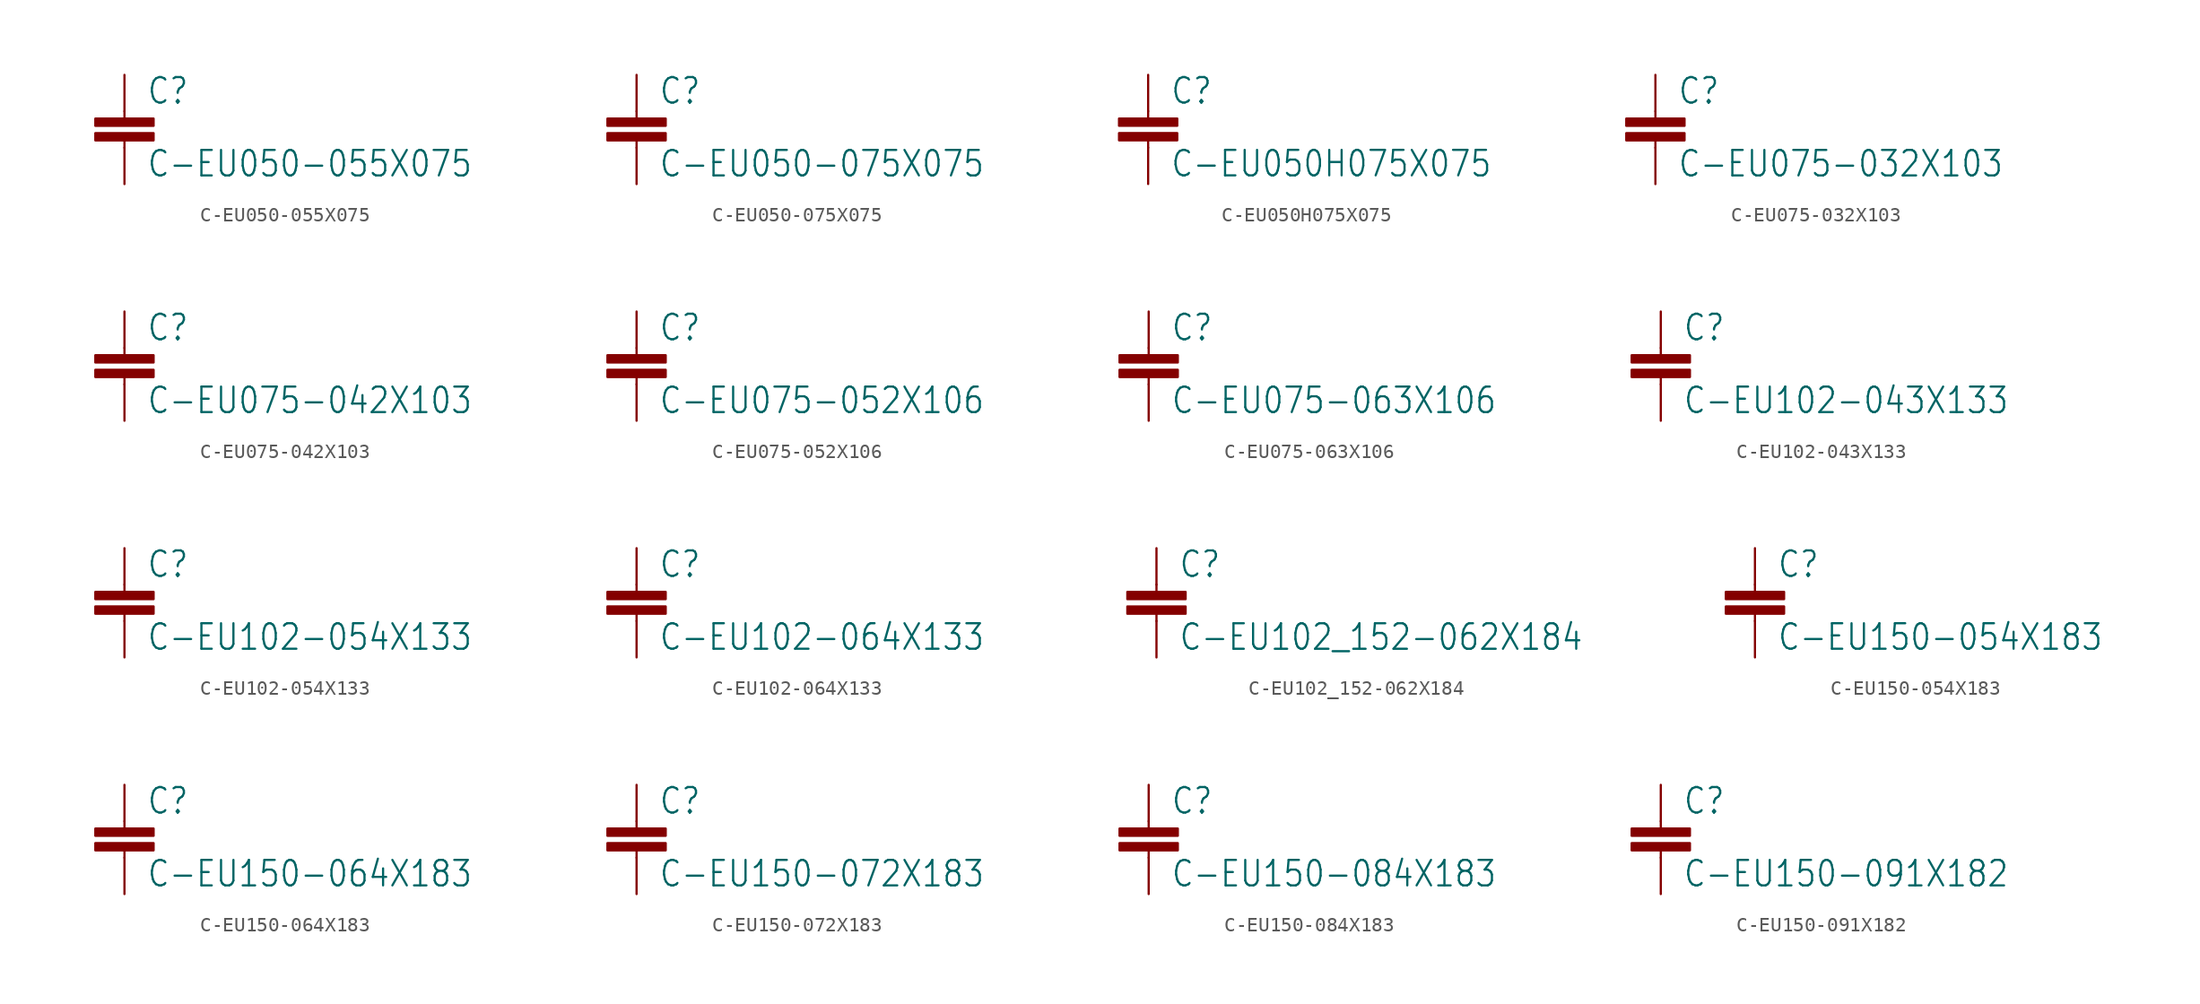
<source format=kicad_sym>
(kicad_symbol_lib
  (version 20210619)
  (generator kicad_symbol_editor)
  (symbol "C-EU050-055X075"
    (property "Reference" "C"
      (at 1.524 0.381 0)
      (effects (font (size 1.778 1.511)) (justify left bottom)))
    (property "Value" "C-EU050-055X075"
      (at 1.524 -4.699 0)
      (effects (font (size 1.778 1.511)) (justify left bottom)))
    (property "ki_locked" ""
      (at 0 0 0)
      (effects (font (size 1.27 1.27))))
    (symbol "C-EU050-055X075_1_0"
      (rectangle (start -2.032 -2.032) (end 2.032 -1.524) (stroke (width 0)) (fill (type outline)))
      (rectangle (start -2.032 -1.016) (end 2.032 -0.508) (stroke (width 0)) (fill (type outline)))
      (polyline (pts (xy 0 -2.54) (xy 0 -2.032)) (stroke (width 0.152)) (fill (type none)))
      (polyline (pts (xy 0 0) (xy 0 -0.508)) (stroke (width 0.152)) (fill (type none)))
      (pin passive line (at 0 2.54 270) (length 2.54) (name "1" (effects (font (size 0 0)))) (number "1" (effects (font (size 0 0)))))
      (pin passive line (at 0 -5.08 90) (length 2.54) (name "2" (effects (font (size 0 0)))) (number "2" (effects (font (size 0 0)))))))
  (symbol "C-EU050-075X075"
    (property "Reference" "C"
      (at 1.524 0.381 0)
      (effects (font (size 1.778 1.511)) (justify left bottom)))
    (property "Value" "C-EU050-075X075"
      (at 1.524 -4.699 0)
      (effects (font (size 1.778 1.511)) (justify left bottom)))
    (property "ki_locked" ""
      (at 0 0 0)
      (effects (font (size 1.27 1.27))))
    (symbol "C-EU050-075X075_1_0"
      (rectangle (start -2.032 -2.032) (end 2.032 -1.524) (stroke (width 0)) (fill (type outline)))
      (rectangle (start -2.032 -1.016) (end 2.032 -0.508) (stroke (width 0)) (fill (type outline)))
      (polyline (pts (xy 0 -2.54) (xy 0 -2.032)) (stroke (width 0.152)) (fill (type none)))
      (polyline (pts (xy 0 0) (xy 0 -0.508)) (stroke (width 0.152)) (fill (type none)))
      (pin passive line (at 0 2.54 270) (length 2.54) (name "1" (effects (font (size 0 0)))) (number "1" (effects (font (size 0 0)))))
      (pin passive line (at 0 -5.08 90) (length 2.54) (name "2" (effects (font (size 0 0)))) (number "2" (effects (font (size 0 0)))))))
  (symbol "C-EU050H075X075"
    (property "Reference" "C"
      (at 1.524 0.381 0)
      (effects (font (size 1.778 1.511)) (justify left bottom)))
    (property "Value" "C-EU050H075X075"
      (at 1.524 -4.699 0)
      (effects (font (size 1.778 1.511)) (justify left bottom)))
    (property "ki_locked" ""
      (at 0 0 0)
      (effects (font (size 1.27 1.27))))
    (symbol "C-EU050H075X075_1_0"
      (rectangle (start -2.032 -2.032) (end 2.032 -1.524) (stroke (width 0)) (fill (type outline)))
      (rectangle (start -2.032 -1.016) (end 2.032 -0.508) (stroke (width 0)) (fill (type outline)))
      (polyline (pts (xy 0 -2.54) (xy 0 -2.032)) (stroke (width 0.152)) (fill (type none)))
      (polyline (pts (xy 0 0) (xy 0 -0.508)) (stroke (width 0.152)) (fill (type none)))
      (pin passive line (at 0 2.54 270) (length 2.54) (name "1" (effects (font (size 0 0)))) (number "1" (effects (font (size 0 0)))))
      (pin passive line (at 0 -5.08 90) (length 2.54) (name "2" (effects (font (size 0 0)))) (number "2" (effects (font (size 0 0)))))))
  (symbol "C-EU075-032X103"
    (property "Reference" "C"
      (at 1.524 0.381 0)
      (effects (font (size 1.778 1.511)) (justify left bottom)))
    (property "Value" "C-EU075-032X103"
      (at 1.524 -4.699 0)
      (effects (font (size 1.778 1.511)) (justify left bottom)))
    (property "ki_locked" ""
      (at 0 0 0)
      (effects (font (size 1.27 1.27))))
    (symbol "C-EU075-032X103_1_0"
      (rectangle (start -2.032 -2.032) (end 2.032 -1.524) (stroke (width 0)) (fill (type outline)))
      (rectangle (start -2.032 -1.016) (end 2.032 -0.508) (stroke (width 0)) (fill (type outline)))
      (polyline (pts (xy 0 -2.54) (xy 0 -2.032)) (stroke (width 0.152)) (fill (type none)))
      (polyline (pts (xy 0 0) (xy 0 -0.508)) (stroke (width 0.152)) (fill (type none)))
      (pin passive line (at 0 2.54 270) (length 2.54) (name "1" (effects (font (size 0 0)))) (number "1" (effects (font (size 0 0)))))
      (pin passive line (at 0 -5.08 90) (length 2.54) (name "2" (effects (font (size 0 0)))) (number "2" (effects (font (size 0 0)))))))
  (symbol "C-EU075-042X103"
    (property "Reference" "C"
      (at 1.524 0.381 0)
      (effects (font (size 1.778 1.511)) (justify left bottom)))
    (property "Value" "C-EU075-042X103"
      (at 1.524 -4.699 0)
      (effects (font (size 1.778 1.511)) (justify left bottom)))
    (property "ki_locked" ""
      (at 0 0 0)
      (effects (font (size 1.27 1.27))))
    (symbol "C-EU075-042X103_1_0"
      (rectangle (start -2.032 -2.032) (end 2.032 -1.524) (stroke (width 0)) (fill (type outline)))
      (rectangle (start -2.032 -1.016) (end 2.032 -0.508) (stroke (width 0)) (fill (type outline)))
      (polyline (pts (xy 0 -2.54) (xy 0 -2.032)) (stroke (width 0.152)) (fill (type none)))
      (polyline (pts (xy 0 0) (xy 0 -0.508)) (stroke (width 0.152)) (fill (type none)))
      (pin passive line (at 0 2.54 270) (length 2.54) (name "1" (effects (font (size 0 0)))) (number "1" (effects (font (size 0 0)))))
      (pin passive line (at 0 -5.08 90) (length 2.54) (name "2" (effects (font (size 0 0)))) (number "2" (effects (font (size 0 0)))))))
  (symbol "C-EU075-052X106"
    (property "Reference" "C"
      (at 1.524 0.381 0)
      (effects (font (size 1.778 1.511)) (justify left bottom)))
    (property "Value" "C-EU075-052X106"
      (at 1.524 -4.699 0)
      (effects (font (size 1.778 1.511)) (justify left bottom)))
    (property "ki_locked" ""
      (at 0 0 0)
      (effects (font (size 1.27 1.27))))
    (symbol "C-EU075-052X106_1_0"
      (rectangle (start -2.032 -2.032) (end 2.032 -1.524) (stroke (width 0)) (fill (type outline)))
      (rectangle (start -2.032 -1.016) (end 2.032 -0.508) (stroke (width 0)) (fill (type outline)))
      (polyline (pts (xy 0 -2.54) (xy 0 -2.032)) (stroke (width 0.152)) (fill (type none)))
      (polyline (pts (xy 0 0) (xy 0 -0.508)) (stroke (width 0.152)) (fill (type none)))
      (pin passive line (at 0 2.54 270) (length 2.54) (name "1" (effects (font (size 0 0)))) (number "1" (effects (font (size 0 0)))))
      (pin passive line (at 0 -5.08 90) (length 2.54) (name "2" (effects (font (size 0 0)))) (number "2" (effects (font (size 0 0)))))))
  (symbol "C-EU075-063X106"
    (property "Reference" "C"
      (at 1.524 0.381 0)
      (effects (font (size 1.778 1.511)) (justify left bottom)))
    (property "Value" "C-EU075-063X106"
      (at 1.524 -4.699 0)
      (effects (font (size 1.778 1.511)) (justify left bottom)))
    (property "ki_locked" ""
      (at 0 0 0)
      (effects (font (size 1.27 1.27))))
    (symbol "C-EU075-063X106_1_0"
      (rectangle (start -2.032 -2.032) (end 2.032 -1.524) (stroke (width 0)) (fill (type outline)))
      (rectangle (start -2.032 -1.016) (end 2.032 -0.508) (stroke (width 0)) (fill (type outline)))
      (polyline (pts (xy 0 -2.54) (xy 0 -2.032)) (stroke (width 0.152)) (fill (type none)))
      (polyline (pts (xy 0 0) (xy 0 -0.508)) (stroke (width 0.152)) (fill (type none)))
      (pin passive line (at 0 2.54 270) (length 2.54) (name "1" (effects (font (size 0 0)))) (number "1" (effects (font (size 0 0)))))
      (pin passive line (at 0 -5.08 90) (length 2.54) (name "2" (effects (font (size 0 0)))) (number "2" (effects (font (size 0 0)))))))
  (symbol "C-EU102-043X133"
    (property "Reference" "C"
      (at 1.524 0.381 0)
      (effects (font (size 1.778 1.511)) (justify left bottom)))
    (property "Value" "C-EU102-043X133"
      (at 1.524 -4.699 0)
      (effects (font (size 1.778 1.511)) (justify left bottom)))
    (property "ki_locked" ""
      (at 0 0 0)
      (effects (font (size 1.27 1.27))))
    (symbol "C-EU102-043X133_1_0"
      (rectangle (start -2.032 -2.032) (end 2.032 -1.524) (stroke (width 0)) (fill (type outline)))
      (rectangle (start -2.032 -1.016) (end 2.032 -0.508) (stroke (width 0)) (fill (type outline)))
      (polyline (pts (xy 0 -2.54) (xy 0 -2.032)) (stroke (width 0.152)) (fill (type none)))
      (polyline (pts (xy 0 0) (xy 0 -0.508)) (stroke (width 0.152)) (fill (type none)))
      (pin passive line (at 0 2.54 270) (length 2.54) (name "1" (effects (font (size 0 0)))) (number "1" (effects (font (size 0 0)))))
      (pin passive line (at 0 -5.08 90) (length 2.54) (name "2" (effects (font (size 0 0)))) (number "2" (effects (font (size 0 0)))))))
  (symbol "C-EU102-054X133"
    (property "Reference" "C"
      (at 1.524 0.381 0)
      (effects (font (size 1.778 1.511)) (justify left bottom)))
    (property "Value" "C-EU102-054X133"
      (at 1.524 -4.699 0)
      (effects (font (size 1.778 1.511)) (justify left bottom)))
    (property "ki_locked" ""
      (at 0 0 0)
      (effects (font (size 1.27 1.27))))
    (symbol "C-EU102-054X133_1_0"
      (rectangle (start -2.032 -2.032) (end 2.032 -1.524) (stroke (width 0)) (fill (type outline)))
      (rectangle (start -2.032 -1.016) (end 2.032 -0.508) (stroke (width 0)) (fill (type outline)))
      (polyline (pts (xy 0 -2.54) (xy 0 -2.032)) (stroke (width 0.152)) (fill (type none)))
      (polyline (pts (xy 0 0) (xy 0 -0.508)) (stroke (width 0.152)) (fill (type none)))
      (pin passive line (at 0 2.54 270) (length 2.54) (name "1" (effects (font (size 0 0)))) (number "1" (effects (font (size 0 0)))))
      (pin passive line (at 0 -5.08 90) (length 2.54) (name "2" (effects (font (size 0 0)))) (number "2" (effects (font (size 0 0)))))))
  (symbol "C-EU102-064X133"
    (property "Reference" "C"
      (at 1.524 0.381 0)
      (effects (font (size 1.778 1.511)) (justify left bottom)))
    (property "Value" "C-EU102-064X133"
      (at 1.524 -4.699 0)
      (effects (font (size 1.778 1.511)) (justify left bottom)))
    (property "ki_locked" ""
      (at 0 0 0)
      (effects (font (size 1.27 1.27))))
    (symbol "C-EU102-064X133_1_0"
      (rectangle (start -2.032 -2.032) (end 2.032 -1.524) (stroke (width 0)) (fill (type outline)))
      (rectangle (start -2.032 -1.016) (end 2.032 -0.508) (stroke (width 0)) (fill (type outline)))
      (polyline (pts (xy 0 -2.54) (xy 0 -2.032)) (stroke (width 0.152)) (fill (type none)))
      (polyline (pts (xy 0 0) (xy 0 -0.508)) (stroke (width 0.152)) (fill (type none)))
      (pin passive line (at 0 2.54 270) (length 2.54) (name "1" (effects (font (size 0 0)))) (number "1" (effects (font (size 0 0)))))
      (pin passive line (at 0 -5.08 90) (length 2.54) (name "2" (effects (font (size 0 0)))) (number "2" (effects (font (size 0 0)))))))
  (symbol "C-EU102_152-062X184"
    (property "Reference" "C"
      (at 1.524 0.381 0)
      (effects (font (size 1.778 1.511)) (justify left bottom)))
    (property "Value" "C-EU102_152-062X184"
      (at 1.524 -4.699 0)
      (effects (font (size 1.778 1.511)) (justify left bottom)))
    (property "ki_locked" ""
      (at 0 0 0)
      (effects (font (size 1.27 1.27))))
    (symbol "C-EU102_152-062X184_1_0"
      (rectangle (start -2.032 -2.032) (end 2.032 -1.524) (stroke (width 0)) (fill (type outline)))
      (rectangle (start -2.032 -1.016) (end 2.032 -0.508) (stroke (width 0)) (fill (type outline)))
      (polyline (pts (xy 0 -2.54) (xy 0 -2.032)) (stroke (width 0.152)) (fill (type none)))
      (polyline (pts (xy 0 0) (xy 0 -0.508)) (stroke (width 0.152)) (fill (type none)))
      (pin passive line (at 0 2.54 270) (length 2.54) (name "1" (effects (font (size 0 0)))) (number "1" (effects (font (size 0 0)))))
      (pin passive line (at 0 -5.08 90) (length 2.54) (name "2" (effects (font (size 0 0)))) (number "2" (effects (font (size 0 0)))))))
  (symbol "C-EU150-054X183"
    (property "Reference" "C"
      (at 1.524 0.381 0)
      (effects (font (size 1.778 1.511)) (justify left bottom)))
    (property "Value" "C-EU150-054X183"
      (at 1.524 -4.699 0)
      (effects (font (size 1.778 1.511)) (justify left bottom)))
    (property "ki_locked" ""
      (at 0 0 0)
      (effects (font (size 1.27 1.27))))
    (symbol "C-EU150-054X183_1_0"
      (rectangle (start -2.032 -2.032) (end 2.032 -1.524) (stroke (width 0)) (fill (type outline)))
      (rectangle (start -2.032 -1.016) (end 2.032 -0.508) (stroke (width 0)) (fill (type outline)))
      (polyline (pts (xy 0 -2.54) (xy 0 -2.032)) (stroke (width 0.152)) (fill (type none)))
      (polyline (pts (xy 0 0) (xy 0 -0.508)) (stroke (width 0.152)) (fill (type none)))
      (pin passive line (at 0 2.54 270) (length 2.54) (name "1" (effects (font (size 0 0)))) (number "1" (effects (font (size 0 0)))))
      (pin passive line (at 0 -5.08 90) (length 2.54) (name "2" (effects (font (size 0 0)))) (number "2" (effects (font (size 0 0)))))))
  (symbol "C-EU150-064X183"
    (property "Reference" "C"
      (at 1.524 0.381 0)
      (effects (font (size 1.778 1.511)) (justify left bottom)))
    (property "Value" "C-EU150-064X183"
      (at 1.524 -4.699 0)
      (effects (font (size 1.778 1.511)) (justify left bottom)))
    (property "ki_locked" ""
      (at 0 0 0)
      (effects (font (size 1.27 1.27))))
    (symbol "C-EU150-064X183_1_0"
      (rectangle (start -2.032 -2.032) (end 2.032 -1.524) (stroke (width 0)) (fill (type outline)))
      (rectangle (start -2.032 -1.016) (end 2.032 -0.508) (stroke (width 0)) (fill (type outline)))
      (polyline (pts (xy 0 -2.54) (xy 0 -2.032)) (stroke (width 0.152)) (fill (type none)))
      (polyline (pts (xy 0 0) (xy 0 -0.508)) (stroke (width 0.152)) (fill (type none)))
      (pin passive line (at 0 2.54 270) (length 2.54) (name "1" (effects (font (size 0 0)))) (number "1" (effects (font (size 0 0)))))
      (pin passive line (at 0 -5.08 90) (length 2.54) (name "2" (effects (font (size 0 0)))) (number "2" (effects (font (size 0 0)))))))
  (symbol "C-EU150-072X183"
    (property "Reference" "C"
      (at 1.524 0.381 0)
      (effects (font (size 1.778 1.511)) (justify left bottom)))
    (property "Value" "C-EU150-072X183"
      (at 1.524 -4.699 0)
      (effects (font (size 1.778 1.511)) (justify left bottom)))
    (property "ki_locked" ""
      (at 0 0 0)
      (effects (font (size 1.27 1.27))))
    (symbol "C-EU150-072X183_1_0"
      (rectangle (start -2.032 -2.032) (end 2.032 -1.524) (stroke (width 0)) (fill (type outline)))
      (rectangle (start -2.032 -1.016) (end 2.032 -0.508) (stroke (width 0)) (fill (type outline)))
      (polyline (pts (xy 0 -2.54) (xy 0 -2.032)) (stroke (width 0.152)) (fill (type none)))
      (polyline (pts (xy 0 0) (xy 0 -0.508)) (stroke (width 0.152)) (fill (type none)))
      (pin passive line (at 0 2.54 270) (length 2.54) (name "1" (effects (font (size 0 0)))) (number "1" (effects (font (size 0 0)))))
      (pin passive line (at 0 -5.08 90) (length 2.54) (name "2" (effects (font (size 0 0)))) (number "2" (effects (font (size 0 0)))))))
  (symbol "C-EU150-084X183"
    (property "Reference" "C"
      (at 1.524 0.381 0)
      (effects (font (size 1.778 1.511)) (justify left bottom)))
    (property "Value" "C-EU150-084X183"
      (at 1.524 -4.699 0)
      (effects (font (size 1.778 1.511)) (justify left bottom)))
    (property "ki_locked" ""
      (at 0 0 0)
      (effects (font (size 1.27 1.27))))
    (symbol "C-EU150-084X183_1_0"
      (rectangle (start -2.032 -2.032) (end 2.032 -1.524) (stroke (width 0)) (fill (type outline)))
      (rectangle (start -2.032 -1.016) (end 2.032 -0.508) (stroke (width 0)) (fill (type outline)))
      (polyline (pts (xy 0 -2.54) (xy 0 -2.032)) (stroke (width 0.152)) (fill (type none)))
      (polyline (pts (xy 0 0) (xy 0 -0.508)) (stroke (width 0.152)) (fill (type none)))
      (pin passive line (at 0 2.54 270) (length 2.54) (name "1" (effects (font (size 0 0)))) (number "1" (effects (font (size 0 0)))))
      (pin passive line (at 0 -5.08 90) (length 2.54) (name "2" (effects (font (size 0 0)))) (number "2" (effects (font (size 0 0)))))))
  (symbol "C-EU150-091X182"
    (property "Reference" "C"
      (at 1.524 0.381 0)
      (effects (font (size 1.778 1.511)) (justify left bottom)))
    (property "Value" "C-EU150-091X182"
      (at 1.524 -4.699 0)
      (effects (font (size 1.778 1.511)) (justify left bottom)))
    (property "ki_locked" ""
      (at 0 0 0)
      (effects (font (size 1.27 1.27))))
    (symbol "C-EU150-091X182_1_0"
      (rectangle (start -2.032 -2.032) (end 2.032 -1.524) (stroke (width 0)) (fill (type outline)))
      (rectangle (start -2.032 -1.016) (end 2.032 -0.508) (stroke (width 0)) (fill (type outline)))
      (polyline (pts (xy 0 -2.54) (xy 0 -2.032)) (stroke (width 0.152)) (fill (type none)))
      (polyline (pts (xy 0 0) (xy 0 -0.508)) (stroke (width 0.152)) (fill (type none)))
      (pin passive line (at 0 2.54 270) (length 2.54) (name "1" (effects (font (size 0 0)))) (number "1" (effects (font (size 0 0)))))
      (pin passive line (at 0 -5.08 90) (length 2.54) (name "2" (effects (font (size 0 0)))) (number "2" (effects (font (size 0 0))))))))
</source>
